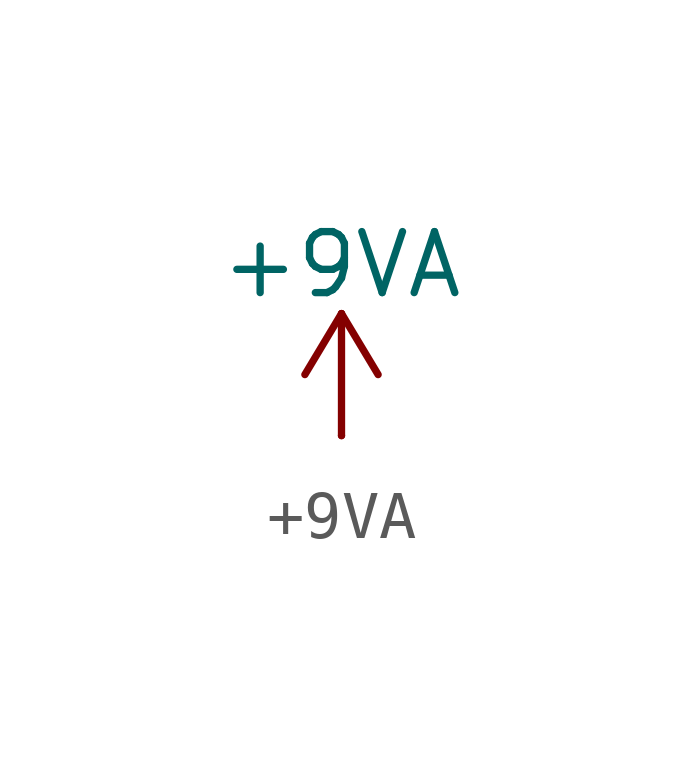
<source format=kicad_sym>
(kicad_symbol_lib
  (version 20231120)
  (generator "kicad_symbol_editor")
  (generator_version "8.0")
  (symbol "+9VA"
    (power)
    (pin_numbers hide)
    (pin_names
      (offset 0) hide)
    (property "Reference" "#PWR"
      (at 0 -3.175 0)
      (effects (font (size 1.27 1.27)) (hide yes)))
    (property "Value" "+9VA"
      (at 0 3.556 0)
      (effects (font (size 1.27 1.27))))
    (symbol "+9VA_0_1"
      (polyline (pts (xy -0.762 1.27) (xy 0 2.54)) (stroke (width 0) (type default)) (fill (type none)))
      (polyline (pts (xy 0 0) (xy 0 2.54)) (stroke (width 0) (type default)) (fill (type none)))
      (polyline (pts (xy 0 2.54) (xy 0.762 1.27)) (stroke (width 0) (type default)) (fill (type none))))
    (symbol "+9VA_1_1"
      (pin power_in line (at 0 0 90) (length 0) (name "~" (effects (font (size 1.27 1.27)))) (number "1" (effects (font (size 1.27 1.27))))))))
</source>
